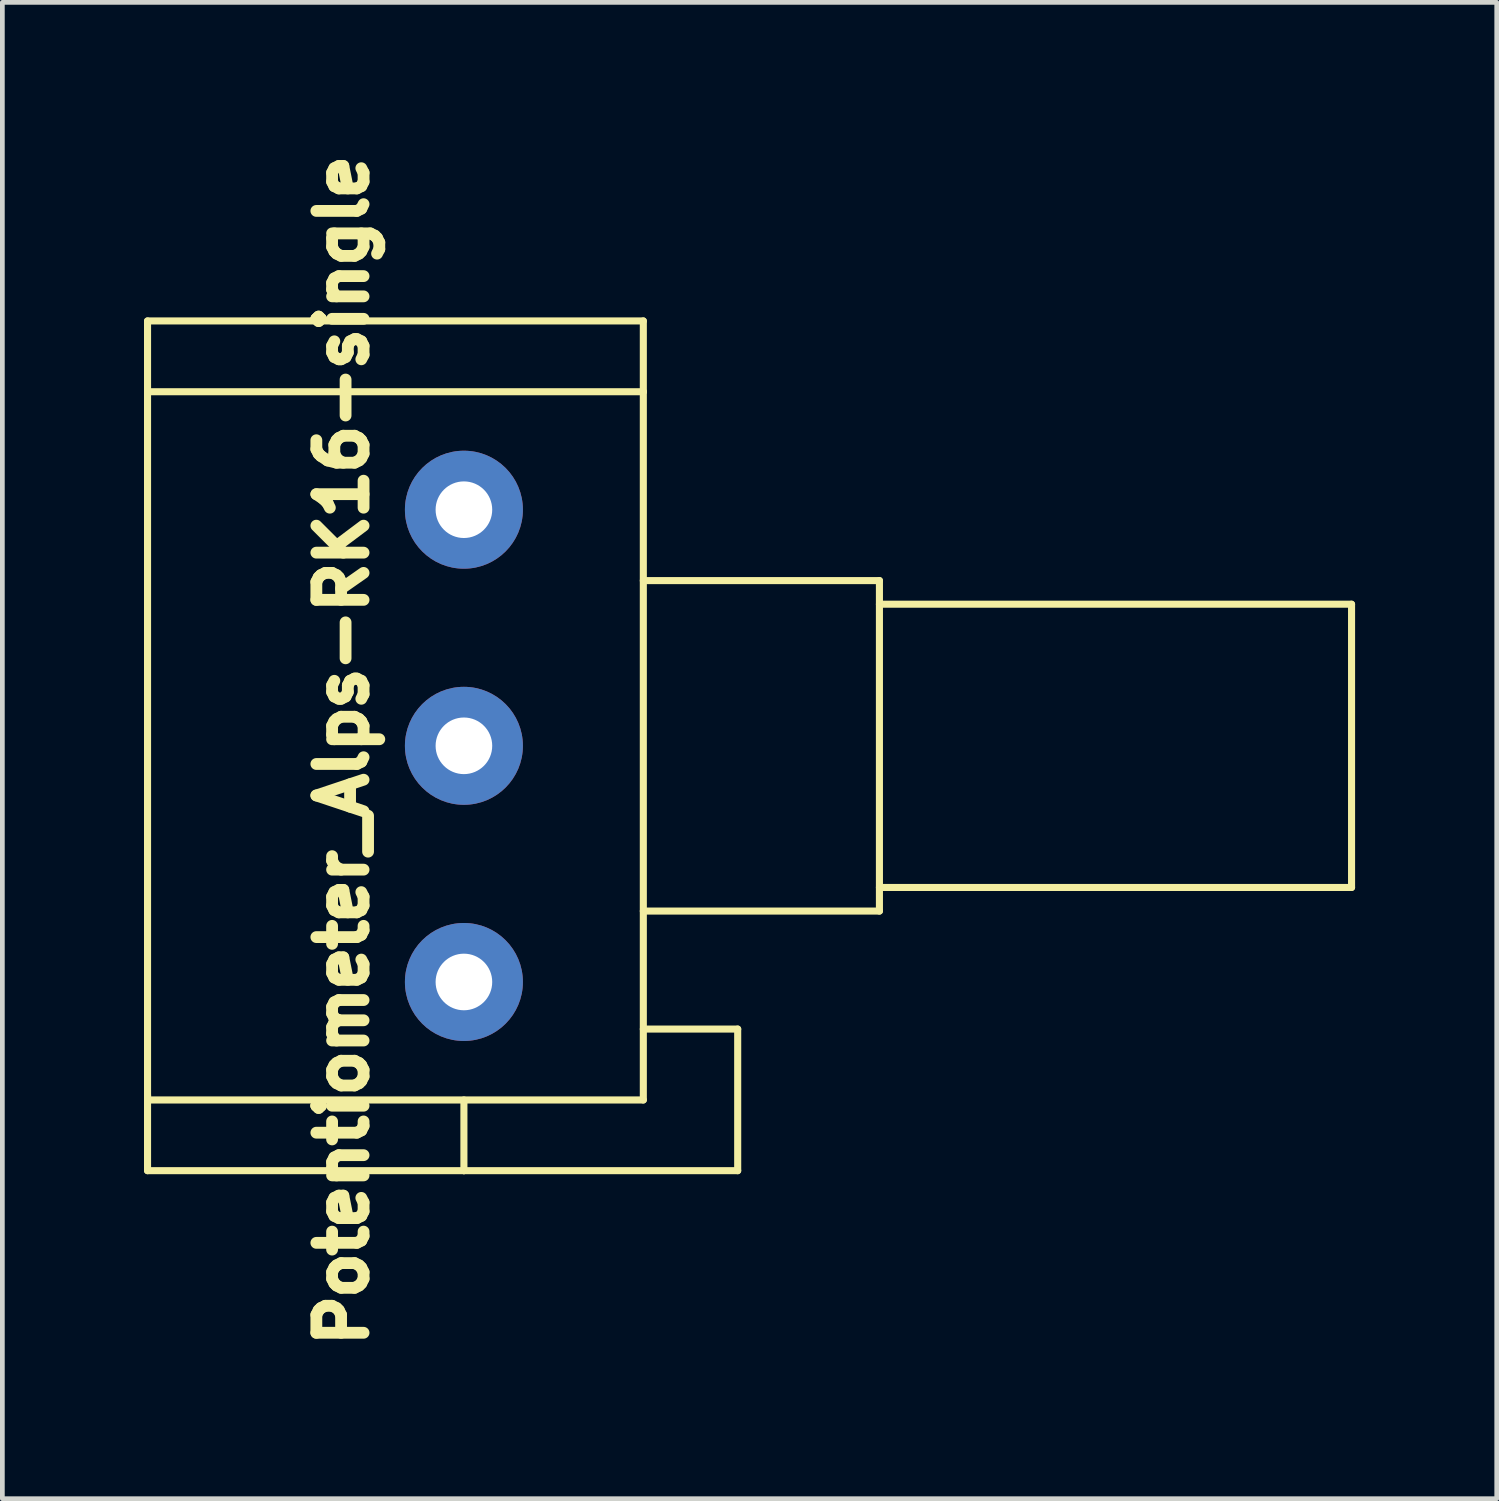
<source format=kicad_pcb>
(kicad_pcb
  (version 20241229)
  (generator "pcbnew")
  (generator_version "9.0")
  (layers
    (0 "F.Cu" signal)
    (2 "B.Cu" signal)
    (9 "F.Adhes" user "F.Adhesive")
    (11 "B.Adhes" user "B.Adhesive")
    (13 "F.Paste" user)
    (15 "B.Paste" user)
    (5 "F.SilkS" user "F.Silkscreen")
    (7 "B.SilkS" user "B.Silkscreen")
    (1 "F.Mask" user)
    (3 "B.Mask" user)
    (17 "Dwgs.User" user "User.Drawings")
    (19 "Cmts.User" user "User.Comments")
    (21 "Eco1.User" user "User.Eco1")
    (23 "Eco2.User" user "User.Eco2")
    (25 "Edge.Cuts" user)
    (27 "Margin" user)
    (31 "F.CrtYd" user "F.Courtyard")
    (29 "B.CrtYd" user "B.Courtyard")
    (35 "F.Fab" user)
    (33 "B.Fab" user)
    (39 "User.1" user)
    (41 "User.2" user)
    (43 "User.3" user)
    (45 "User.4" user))
  (footprint "Potentiometer_Alps-RK16-single"
    (layer "F.Cu")
    (at 6.776 7.746)
    (property "Reference" "Potentiometer_Alps-RK16-single" (at -2.575 5.1 90) (layer "F.SilkS") (effects (font (size 1 1) (thickness 0.25))))
    (attr through_hole)
    (fp_line (start -6.701 -3.998) (end -6.701 -2.499) (stroke (width 0.15) (type solid)) (layer "F.SilkS"))
    (fp_line (start -6.701 -2.499) (end -6.701 12.502) (stroke (width 0.15) (type solid)) (layer "F.SilkS"))
    (fp_line (start -6.701 12.502) (end 3.8 12.502) (stroke (width 0.15) (type solid)) (layer "F.SilkS"))
    (fp_line (start -6.701 14) (end -6.701 12.4) (stroke (width 0.15) (type solid)) (layer "F.SilkS"))
    (fp_line (start 0 14) (end -6.701 14) (stroke (width 0.15) (type solid)) (layer "F.SilkS"))
    (fp_line (start 0 14) (end 0 12.502) (stroke (width 0.15) (type solid)) (layer "F.SilkS"))
    (fp_line (start 3.8 -3.998) (end -6.701 -3.998) (stroke (width 0.15) (type solid)) (layer "F.SilkS"))
    (fp_line (start 3.8 -2.499) (end -6.701 -2.499) (stroke (width 0.15) (type solid)) (layer "F.SilkS"))
    (fp_line (start 3.8 -2.499) (end 3.8 -3.998) (stroke (width 0.15) (type solid)) (layer "F.SilkS"))
    (fp_line (start 3.8 1.501) (end 8.801 1.501) (stroke (width 0.15) (type solid)) (layer "F.SilkS"))
    (fp_line (start 3.8 11.001) (end 5.799 11.001) (stroke (width 0.15) (type solid)) (layer "F.SilkS"))
    (fp_line (start 3.8 12.502) (end 3.8 -2.499) (stroke (width 0.15) (type solid)) (layer "F.SilkS"))
    (fp_line (start 5.799 11.001) (end 5.799 14) (stroke (width 0.15) (type solid)) (layer "F.SilkS"))
    (fp_line (start 5.799 14) (end 0 14) (stroke (width 0.15) (type solid)) (layer "F.SilkS"))
    (fp_line (start 8.801 1.501) (end 8.801 8.501) (stroke (width 0.15) (type solid)) (layer "F.SilkS"))
    (fp_line (start 8.801 2.002) (end 18.801 2.002) (stroke (width 0.15) (type solid)) (layer "F.SilkS"))
    (fp_line (start 8.801 8.501) (end 3.8 8.501) (stroke (width 0.15) (type solid)) (layer "F.SilkS"))
    (fp_line (start 18.801 2.002) (end 18.801 8.001) (stroke (width 0.15) (type solid)) (layer "F.SilkS"))
    (fp_line (start 18.801 8.001) (end 8.801 8.001) (stroke (width 0.15) (type solid)) (layer "F.SilkS"))
    (pad "1" thru_hole circle (at 0 0) (size 2.499 2.499) (drill 1.199) (layers "*.Cu" "*.Mask"))
    (pad "2" thru_hole circle (at 0 5.001) (size 2.499 2.499) (drill 1.199) (layers "*.Cu" "*.Mask"))
    (pad "3" thru_hole circle (at 0 10.003) (size 2.499 2.499) (drill 1.199) (layers "*.Cu" "*.Mask")))
  (gr_rect
    (start -3 -3)
    (end 28.652 28.693)
    (stroke (width 0.1) (type default))
    (fill no)
    (layer "Edge.Cuts")))
</source>
